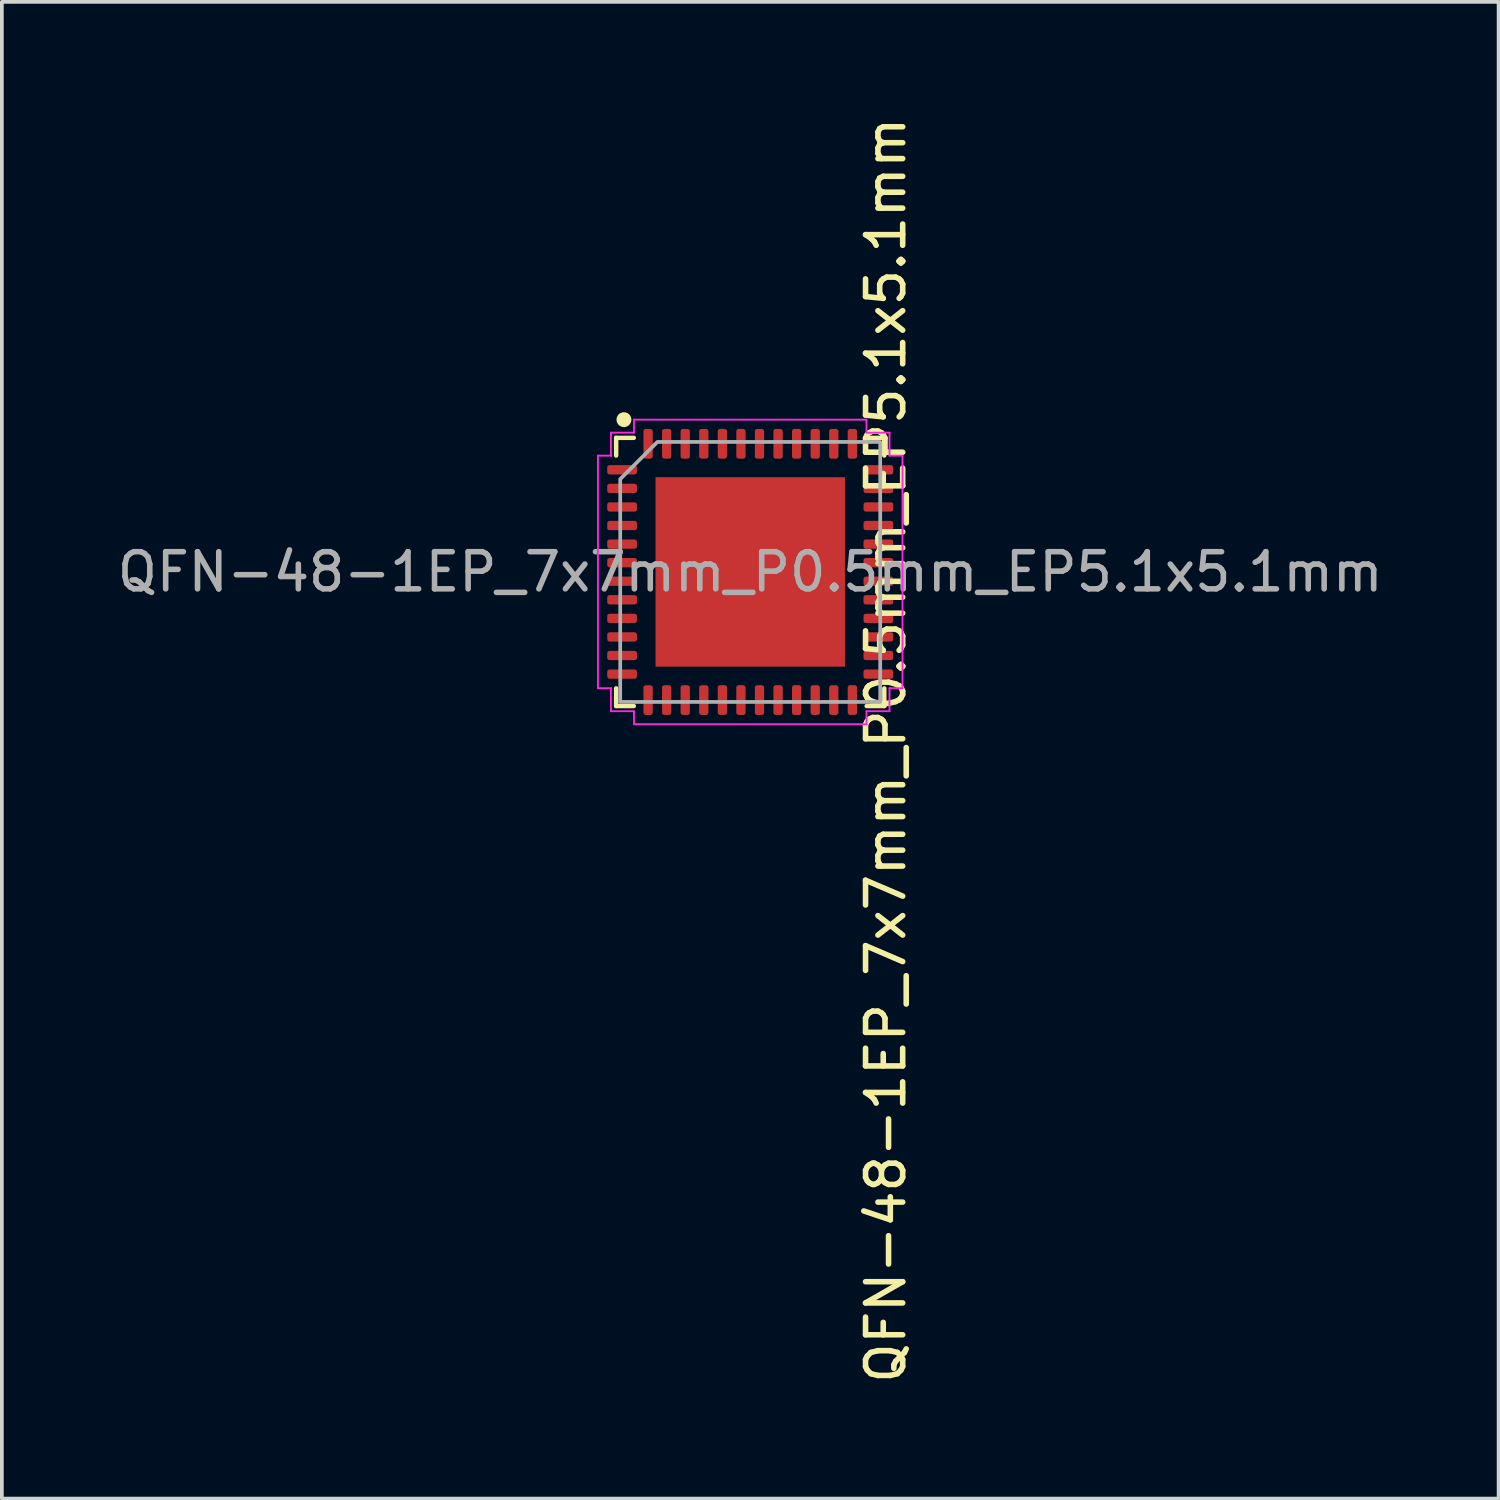
<source format=kicad_pcb>
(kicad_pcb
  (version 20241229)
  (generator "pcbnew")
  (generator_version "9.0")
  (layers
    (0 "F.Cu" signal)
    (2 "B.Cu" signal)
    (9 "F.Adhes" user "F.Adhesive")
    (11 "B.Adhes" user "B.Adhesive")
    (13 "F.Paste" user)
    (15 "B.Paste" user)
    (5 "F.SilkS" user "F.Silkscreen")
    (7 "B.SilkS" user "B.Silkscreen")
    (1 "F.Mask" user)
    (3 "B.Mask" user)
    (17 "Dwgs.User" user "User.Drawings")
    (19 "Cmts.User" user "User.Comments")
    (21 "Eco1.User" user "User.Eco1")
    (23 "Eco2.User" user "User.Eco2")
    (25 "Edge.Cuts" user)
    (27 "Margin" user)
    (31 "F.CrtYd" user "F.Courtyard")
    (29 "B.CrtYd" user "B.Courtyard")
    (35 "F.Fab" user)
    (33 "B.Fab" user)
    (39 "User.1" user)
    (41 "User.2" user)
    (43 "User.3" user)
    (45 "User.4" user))
  (footprint "QFN-48-1EP_7x7mm_P0.5mm_EP5.1x5.1mm"
    (layer "F.Cu")
    (at 17.149 12.349)
    (property "Reference" "QFN-48-1EP_7x7mm_P0.5mm_EP5.1x5.1mm" (at 3.65 4.8 90) (layer "F.SilkS") (effects (font (size 1 1) (thickness 0.15))))
    (attr smd)
    (fp_line (start -3.61 -3.61) (end -3.135 -3.61) (stroke (width 0.12) (type solid)) (layer "F.SilkS"))
    (fp_line (start -3.61 -3.135) (end -3.61 -3.61) (stroke (width 0.12) (type solid)) (layer "F.SilkS"))
    (fp_line (start -3.61 3.61) (end -3.61 3.135) (stroke (width 0.12) (type solid)) (layer "F.SilkS"))
    (fp_line (start -3.135 3.61) (end -3.61 3.61) (stroke (width 0.12) (type solid)) (layer "F.SilkS"))
    (fp_line (start 3.135 -3.61) (end 3.61 -3.61) (stroke (width 0.12) (type solid)) (layer "F.SilkS"))
    (fp_line (start 3.61 -3.61) (end 3.61 -3.135) (stroke (width 0.12) (type solid)) (layer "F.SilkS"))
    (fp_line (start 3.61 3.135) (end 3.61 3.61) (stroke (width 0.12) (type solid)) (layer "F.SilkS"))
    (fp_line (start 3.61 3.61) (end 3.135 3.61) (stroke (width 0.12) (type solid)) (layer "F.SilkS"))
    (fp_circle (center -3.4 -4.1) (end -3.4 -3.9) (stroke (width 0) (type default)) (fill yes) (layer "F.SilkS"))
    (fp_line (start -4.1 -3.13) (end -3.75 -3.13) (stroke (width 0.05) (type solid)) (layer "F.CrtYd"))
    (fp_line (start -4.1 3.13) (end -4.1 -3.13) (stroke (width 0.05) (type solid)) (layer "F.CrtYd"))
    (fp_line (start -3.75 -3.75) (end -3.13 -3.75) (stroke (width 0.05) (type solid)) (layer "F.CrtYd"))
    (fp_line (start -3.75 -3.13) (end -3.75 -3.75) (stroke (width 0.05) (type solid)) (layer "F.CrtYd"))
    (fp_line (start -3.75 3.13) (end -4.1 3.13) (stroke (width 0.05) (type solid)) (layer "F.CrtYd"))
    (fp_line (start -3.75 3.75) (end -3.75 3.13) (stroke (width 0.05) (type solid)) (layer "F.CrtYd"))
    (fp_line (start -3.13 -4.1) (end 3.13 -4.1) (stroke (width 0.05) (type solid)) (layer "F.CrtYd"))
    (fp_line (start -3.13 -3.75) (end -3.13 -4.1) (stroke (width 0.05) (type solid)) (layer "F.CrtYd"))
    (fp_line (start -3.13 3.75) (end -3.75 3.75) (stroke (width 0.05) (type solid)) (layer "F.CrtYd"))
    (fp_line (start -3.13 4.1) (end -3.13 3.75) (stroke (width 0.05) (type solid)) (layer "F.CrtYd"))
    (fp_line (start 3.13 -4.1) (end 3.13 -3.75) (stroke (width 0.05) (type solid)) (layer "F.CrtYd"))
    (fp_line (start 3.13 -3.75) (end 3.75 -3.75) (stroke (width 0.05) (type solid)) (layer "F.CrtYd"))
    (fp_line (start 3.13 3.75) (end 3.13 4.1) (stroke (width 0.05) (type solid)) (layer "F.CrtYd"))
    (fp_line (start 3.13 4.1) (end -3.13 4.1) (stroke (width 0.05) (type solid)) (layer "F.CrtYd"))
    (fp_line (start 3.75 -3.75) (end 3.75 -3.13) (stroke (width 0.05) (type solid)) (layer "F.CrtYd"))
    (fp_line (start 3.75 -3.13) (end 4.1 -3.13) (stroke (width 0.05) (type solid)) (layer "F.CrtYd"))
    (fp_line (start 3.75 3.13) (end 3.75 3.75) (stroke (width 0.05) (type solid)) (layer "F.CrtYd"))
    (fp_line (start 3.75 3.75) (end 3.13 3.75) (stroke (width 0.05) (type solid)) (layer "F.CrtYd"))
    (fp_line (start 4.1 -3.13) (end 4.1 3.13) (stroke (width 0.05) (type solid)) (layer "F.CrtYd"))
    (fp_line (start 4.1 3.13) (end 3.75 3.13) (stroke (width 0.05) (type solid)) (layer "F.CrtYd"))
    (fp_poly (pts (xy -3.5 -2.5) (xy -3.5 3.5) (xy 3.5 3.5) (xy 3.5 -3.5) (xy -2.5 -3.5)) (stroke (width 0.1) (type solid)) (fill no) (layer "F.Fab"))
    (fp_text user "${REFERENCE}" (at 0 0 0) (layer "F.Fab") (effects (font (size 1 1) (thickness 0.15))))
    (pad "" smd roundrect (at -1.905 -1.905) (size 1.03 1.03) (layers "F.Paste") (roundrect_rratio 0.243))
    (pad "" smd roundrect (at -1.905 -0.635) (size 1.03 1.03) (layers "F.Paste") (roundrect_rratio 0.243))
    (pad "" smd roundrect (at -1.905 0.635) (size 1.03 1.03) (layers "F.Paste") (roundrect_rratio 0.243))
    (pad "" smd roundrect (at -1.905 1.905) (size 1.03 1.03) (layers "F.Paste") (roundrect_rratio 0.243))
    (pad "" smd roundrect (at -0.635 -1.905) (size 1.03 1.03) (layers "F.Paste") (roundrect_rratio 0.243))
    (pad "" smd roundrect (at -0.635 -0.635) (size 1.03 1.03) (layers "F.Paste") (roundrect_rratio 0.243))
    (pad "" smd roundrect (at -0.635 0.635) (size 1.03 1.03) (layers "F.Paste") (roundrect_rratio 0.243))
    (pad "" smd roundrect (at -0.635 1.905) (size 1.03 1.03) (layers "F.Paste") (roundrect_rratio 0.243))
    (pad "" smd roundrect (at 0.635 -1.905) (size 1.03 1.03) (layers "F.Paste") (roundrect_rratio 0.243))
    (pad "" smd roundrect (at 0.635 -0.635) (size 1.03 1.03) (layers "F.Paste") (roundrect_rratio 0.243))
    (pad "" smd roundrect (at 0.635 0.635) (size 1.03 1.03) (layers "F.Paste") (roundrect_rratio 0.243))
    (pad "" smd roundrect (at 0.635 1.905) (size 1.03 1.03) (layers "F.Paste") (roundrect_rratio 0.243))
    (pad "" smd roundrect (at 1.905 -1.905) (size 1.03 1.03) (layers "F.Paste") (roundrect_rratio 0.243))
    (pad "" smd roundrect (at 1.905 -0.635) (size 1.03 1.03) (layers "F.Paste") (roundrect_rratio 0.243))
    (pad "" smd roundrect (at 1.905 0.635) (size 1.03 1.03) (layers "F.Paste") (roundrect_rratio 0.243))
    (pad "" smd roundrect (at 1.905 1.905) (size 1.03 1.03) (layers "F.Paste") (roundrect_rratio 0.243))
    (pad "1" smd roundrect (at -3.45 -2.75) (size 0.8 0.25) (layers "F.Cu" "F.Mask" "F.Paste") (roundrect_rratio 0.25))
    (pad "2" smd roundrect (at -3.45 -2.25) (size 0.8 0.25) (layers "F.Cu" "F.Mask" "F.Paste") (roundrect_rratio 0.25))
    (pad "3" smd roundrect (at -3.45 -1.75) (size 0.8 0.25) (layers "F.Cu" "F.Mask" "F.Paste") (roundrect_rratio 0.25))
    (pad "4" smd roundrect (at -3.45 -1.25) (size 0.8 0.25) (layers "F.Cu" "F.Mask" "F.Paste") (roundrect_rratio 0.25))
    (pad "5" smd roundrect (at -3.45 -0.75) (size 0.8 0.25) (layers "F.Cu" "F.Mask" "F.Paste") (roundrect_rratio 0.25))
    (pad "6" smd roundrect (at -3.45 -0.25) (size 0.8 0.25) (layers "F.Cu" "F.Mask" "F.Paste") (roundrect_rratio 0.25))
    (pad "7" smd roundrect (at -3.45 0.25) (size 0.8 0.25) (layers "F.Cu" "F.Mask" "F.Paste") (roundrect_rratio 0.25))
    (pad "8" smd roundrect (at -3.45 0.75) (size 0.8 0.25) (layers "F.Cu" "F.Mask" "F.Paste") (roundrect_rratio 0.25))
    (pad "9" smd roundrect (at -3.45 1.25) (size 0.8 0.25) (layers "F.Cu" "F.Mask" "F.Paste") (roundrect_rratio 0.25))
    (pad "10" smd roundrect (at -3.45 1.75) (size 0.8 0.25) (layers "F.Cu" "F.Mask" "F.Paste") (roundrect_rratio 0.25))
    (pad "11" smd roundrect (at -3.45 2.25) (size 0.8 0.25) (layers "F.Cu" "F.Mask" "F.Paste") (roundrect_rratio 0.25))
    (pad "12" smd roundrect (at -3.45 2.75) (size 0.8 0.25) (layers "F.Cu" "F.Mask" "F.Paste") (roundrect_rratio 0.25))
    (pad "13" smd roundrect (at -2.75 3.45) (size 0.25 0.8) (layers "F.Cu" "F.Mask" "F.Paste") (roundrect_rratio 0.25))
    (pad "14" smd roundrect (at -2.25 3.45) (size 0.25 0.8) (layers "F.Cu" "F.Mask" "F.Paste") (roundrect_rratio 0.25))
    (pad "15" smd roundrect (at -1.75 3.45) (size 0.25 0.8) (layers "F.Cu" "F.Mask" "F.Paste") (roundrect_rratio 0.25))
    (pad "16" smd roundrect (at -1.25 3.45) (size 0.25 0.8) (layers "F.Cu" "F.Mask" "F.Paste") (roundrect_rratio 0.25))
    (pad "17" smd roundrect (at -0.75 3.45) (size 0.25 0.8) (layers "F.Cu" "F.Mask" "F.Paste") (roundrect_rratio 0.25))
    (pad "18" smd roundrect (at -0.25 3.45) (size 0.25 0.8) (layers "F.Cu" "F.Mask" "F.Paste") (roundrect_rratio 0.25))
    (pad "19" smd roundrect (at 0.25 3.45) (size 0.25 0.8) (layers "F.Cu" "F.Mask" "F.Paste") (roundrect_rratio 0.25))
    (pad "20" smd roundrect (at 0.75 3.45) (size 0.25 0.8) (layers "F.Cu" "F.Mask" "F.Paste") (roundrect_rratio 0.25))
    (pad "21" smd roundrect (at 1.25 3.45) (size 0.25 0.8) (layers "F.Cu" "F.Mask" "F.Paste") (roundrect_rratio 0.25))
    (pad "22" smd roundrect (at 1.75 3.45) (size 0.25 0.8) (layers "F.Cu" "F.Mask" "F.Paste") (roundrect_rratio 0.25))
    (pad "23" smd roundrect (at 2.25 3.45) (size 0.25 0.8) (layers "F.Cu" "F.Mask" "F.Paste") (roundrect_rratio 0.25))
    (pad "24" smd roundrect (at 2.75 3.45) (size 0.25 0.8) (layers "F.Cu" "F.Mask" "F.Paste") (roundrect_rratio 0.25))
    (pad "25" smd roundrect (at 3.45 2.75) (size 0.8 0.25) (layers "F.Cu" "F.Mask" "F.Paste") (roundrect_rratio 0.25))
    (pad "26" smd roundrect (at 3.45 2.25) (size 0.8 0.25) (layers "F.Cu" "F.Mask" "F.Paste") (roundrect_rratio 0.25))
    (pad "27" smd roundrect (at 3.45 1.75) (size 0.8 0.25) (layers "F.Cu" "F.Mask" "F.Paste") (roundrect_rratio 0.25))
    (pad "28" smd roundrect (at 3.45 1.25) (size 0.8 0.25) (layers "F.Cu" "F.Mask" "F.Paste") (roundrect_rratio 0.25))
    (pad "29" smd roundrect (at 3.45 0.75) (size 0.8 0.25) (layers "F.Cu" "F.Mask" "F.Paste") (roundrect_rratio 0.25))
    (pad "30" smd roundrect (at 3.45 0.25) (size 0.8 0.25) (layers "F.Cu" "F.Mask" "F.Paste") (roundrect_rratio 0.25))
    (pad "31" smd roundrect (at 3.45 -0.25) (size 0.8 0.25) (layers "F.Cu" "F.Mask" "F.Paste") (roundrect_rratio 0.25))
    (pad "32" smd roundrect (at 3.45 -0.75) (size 0.8 0.25) (layers "F.Cu" "F.Mask" "F.Paste") (roundrect_rratio 0.25))
    (pad "33" smd roundrect (at 3.45 -1.25) (size 0.8 0.25) (layers "F.Cu" "F.Mask" "F.Paste") (roundrect_rratio 0.25))
    (pad "34" smd roundrect (at 3.45 -1.75) (size 0.8 0.25) (layers "F.Cu" "F.Mask" "F.Paste") (roundrect_rratio 0.25))
    (pad "35" smd roundrect (at 3.45 -2.25) (size 0.8 0.25) (layers "F.Cu" "F.Mask" "F.Paste") (roundrect_rratio 0.25))
    (pad "36" smd roundrect (at 3.45 -2.75) (size 0.8 0.25) (layers "F.Cu" "F.Mask" "F.Paste") (roundrect_rratio 0.25))
    (pad "37" smd roundrect (at 2.75 -3.45) (size 0.25 0.8) (layers "F.Cu" "F.Mask" "F.Paste") (roundrect_rratio 0.25))
    (pad "38" smd roundrect (at 2.25 -3.45) (size 0.25 0.8) (layers "F.Cu" "F.Mask" "F.Paste") (roundrect_rratio 0.25))
    (pad "39" smd roundrect (at 1.75 -3.45) (size 0.25 0.8) (layers "F.Cu" "F.Mask" "F.Paste") (roundrect_rratio 0.25))
    (pad "40" smd roundrect (at 1.25 -3.45) (size 0.25 0.8) (layers "F.Cu" "F.Mask" "F.Paste") (roundrect_rratio 0.25))
    (pad "41" smd roundrect (at 0.75 -3.45) (size 0.25 0.8) (layers "F.Cu" "F.Mask" "F.Paste") (roundrect_rratio 0.25))
    (pad "42" smd roundrect (at 0.25 -3.45) (size 0.25 0.8) (layers "F.Cu" "F.Mask" "F.Paste") (roundrect_rratio 0.25))
    (pad "43" smd roundrect (at -0.25 -3.45) (size 0.25 0.8) (layers "F.Cu" "F.Mask" "F.Paste") (roundrect_rratio 0.25))
    (pad "44" smd roundrect (at -0.75 -3.45) (size 0.25 0.8) (layers "F.Cu" "F.Mask" "F.Paste") (roundrect_rratio 0.25))
    (pad "45" smd roundrect (at -1.25 -3.45) (size 0.25 0.8) (layers "F.Cu" "F.Mask" "F.Paste") (roundrect_rratio 0.25))
    (pad "46" smd roundrect (at -1.75 -3.45) (size 0.25 0.8) (layers "F.Cu" "F.Mask" "F.Paste") (roundrect_rratio 0.25))
    (pad "47" smd roundrect (at -2.25 -3.45) (size 0.25 0.8) (layers "F.Cu" "F.Mask" "F.Paste") (roundrect_rratio 0.25))
    (pad "48" smd roundrect (at -2.75 -3.45) (size 0.25 0.8) (layers "F.Cu" "F.Mask" "F.Paste") (roundrect_rratio 0.25))
    (pad "49" smd rect (at 0 0) (size 5.1 5.1) (property pad_prop_heatsink) (layers "F.Cu" "F.Mask")))
  (gr_rect
    (start -3 -3)
    (end 37.298 37.298)
    (stroke (width 0.1) (type default))
    (fill no)
    (layer "Edge.Cuts")))
</source>
